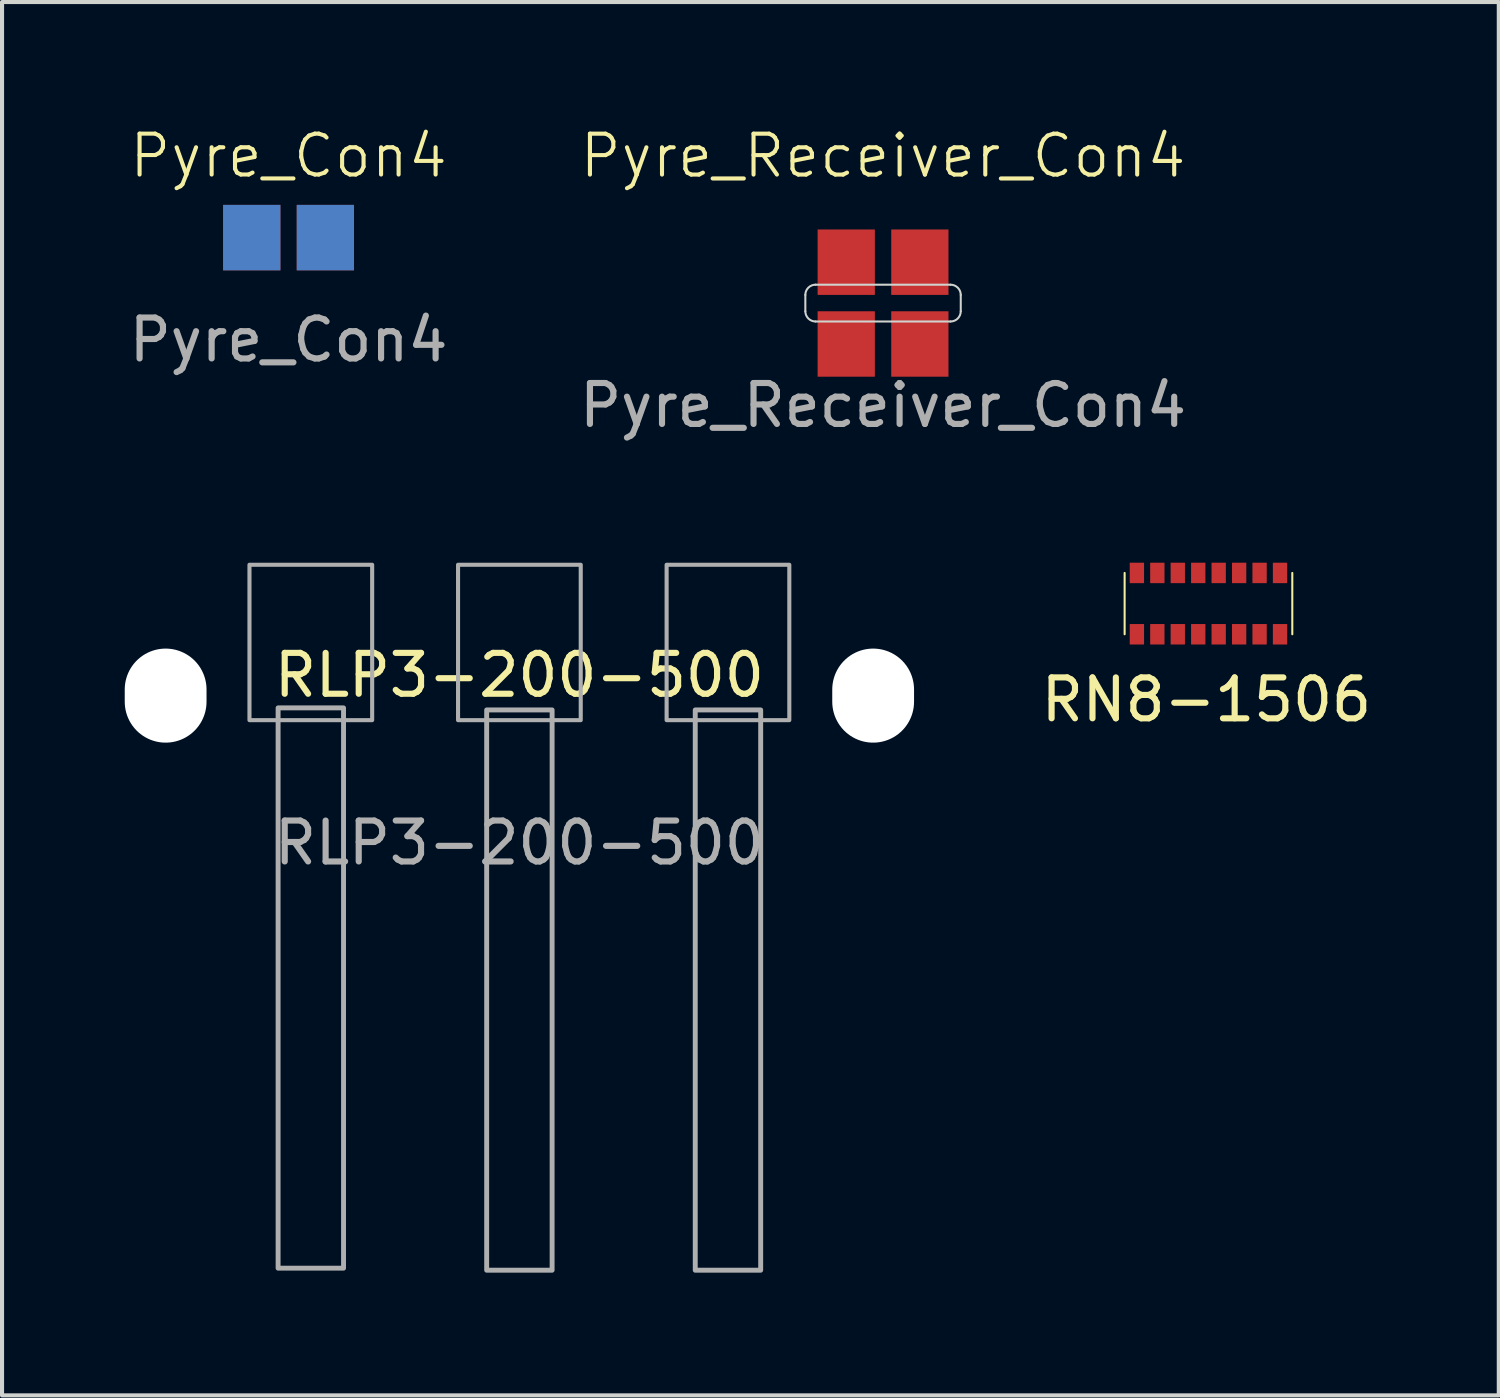
<source format=kicad_pcb>
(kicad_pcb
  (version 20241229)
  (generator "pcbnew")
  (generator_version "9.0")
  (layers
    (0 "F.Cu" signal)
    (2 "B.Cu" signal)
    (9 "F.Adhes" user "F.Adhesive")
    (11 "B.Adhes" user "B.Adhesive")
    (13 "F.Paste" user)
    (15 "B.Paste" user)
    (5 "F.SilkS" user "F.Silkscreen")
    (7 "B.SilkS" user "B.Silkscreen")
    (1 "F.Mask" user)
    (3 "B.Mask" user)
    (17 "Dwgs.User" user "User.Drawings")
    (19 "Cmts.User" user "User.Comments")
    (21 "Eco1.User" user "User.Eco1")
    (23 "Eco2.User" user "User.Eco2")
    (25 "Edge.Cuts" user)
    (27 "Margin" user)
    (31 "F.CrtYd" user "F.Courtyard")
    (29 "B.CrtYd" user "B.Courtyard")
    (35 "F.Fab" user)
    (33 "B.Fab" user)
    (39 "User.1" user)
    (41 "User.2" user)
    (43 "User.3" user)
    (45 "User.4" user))
  (footprint "Pyre_Con4"
    (layer "F.Cu")
    (at 4.006 2.76)
    (property "Reference" "Pyre_Con4" (at 0 -2 0) (unlocked yes) (layer "F.SilkS") (effects (font (size 1 1) (thickness 0.1))))
    (attr smd)
    (fp_text user "${REFERENCE}" (at 0 2.5 0) (unlocked yes) (layer "F.Fab") (effects (font (size 1 1) (thickness 0.15))))
    (pad "1" connect rect (at -0.9 0) (size 1.4 1.6) (layers "F.Cu" "F.Mask"))
    (pad "2" connect rect (at 0.9 0) (size 1.4 1.6) (layers "F.Cu" "F.Mask"))
    (pad "3" connect rect (at 0.9 0) (size 1.4 1.6) (layers "B.Cu" "B.Mask"))
    (pad "4" connect rect (at -0.9 0) (size 1.4 1.6) (layers "B.Cu" "B.Mask")))
  (footprint "RLP3-200-500"
    (layer "F.Cu")
    (at 9.65 13.959)
    (property "Reference" "RLP3-200-500" (at 0 -0.5 0) (unlocked yes) (layer "F.SilkS") (effects (font (size 1 1) (thickness 0.15))))
    (attr smd)
    (fp_rect (start -6.6 -3.2) (end -3.6 0.6) (stroke (width 0.1) (type solid)) (fill no) (layer "F.Fab"))
    (fp_rect (start -5.9 0.3) (end -4.3 14) (stroke (width 0.12) (type solid)) (fill no) (layer "F.Fab"))
    (fp_rect (start -1.5 -3.2) (end 1.5 0.6) (stroke (width 0.1) (type solid)) (fill no) (layer "F.Fab"))
    (fp_rect (start -0.8 0.35) (end 0.8 14.05) (stroke (width 0.12) (type solid)) (fill no) (layer "F.Fab"))
    (fp_rect (start 3.6 -3.2) (end 6.6 0.6) (stroke (width 0.1) (type solid)) (fill no) (layer "F.Fab"))
    (fp_rect (start 4.3 0.35) (end 5.9 14.05) (stroke (width 0.12) (type solid)) (fill no) (layer "F.Fab"))
    (fp_text user "${REFERENCE}" (at 0 3.6 0) (unlocked yes) (layer "F.Fab") (effects (font (size 1 1) (thickness 0.15))))
    (pad "" np_thru_hole oval (at -8.65 0) (size 2 2.3) (drill oval 2 2.3) (layers "*.Cu" "*.Mask"))
    (pad "" np_thru_hole oval (at 8.65 0) (size 2 2.3) (drill oval 2 2.3) (layers "*.Cu" "*.Mask")))
  (footprint "RN8-1506"
    (layer "F.Cu")
    (at 24.749 12.359)
    (property "Reference" "RN8-1506" (at 1.7 1.7 0) (layer "F.SilkS") (effects (font (size 1 1) (thickness 0.15))))
    (attr through_hole)
    (fp_line (start -0.3 -1.4) (end -0.3 0.1) (stroke (width 0.05) (type solid)) (layer "F.SilkS"))
    (fp_line (start 3.8 -1.4) (end 3.8 0.1) (stroke (width 0.05) (type solid)) (layer "F.SilkS"))
    (pad "1" smd rect (at 0 0) (size 0.35 0.5) (drill (offset 0 0.1)) (layers "F.Cu" "F.Mask" "F.Paste"))
    (pad "2" smd rect (at 0.5 0) (size 0.35 0.5) (drill (offset 0 0.1)) (layers "F.Cu" "F.Mask" "F.Paste"))
    (pad "3" smd rect (at 1 0) (size 0.35 0.5) (drill (offset 0 0.1)) (layers "F.Cu" "F.Mask" "F.Paste"))
    (pad "4" smd rect (at 1.5 0) (size 0.35 0.5) (drill (offset 0 0.1)) (layers "F.Cu" "F.Mask" "F.Paste"))
    (pad "5" smd rect (at 2 0) (size 0.35 0.5) (drill (offset 0 0.1)) (layers "F.Cu" "F.Mask" "F.Paste"))
    (pad "6" smd rect (at 2.5 0) (size 0.35 0.5) (drill (offset 0 0.1)) (layers "F.Cu" "F.Mask" "F.Paste"))
    (pad "7" smd rect (at 3 0) (size 0.35 0.5) (drill (offset 0 0.1)) (layers "F.Cu" "F.Mask" "F.Paste"))
    (pad "8" smd rect (at 3.5 0) (size 0.35 0.5) (drill (offset 0 0.1)) (layers "F.Cu" "F.Mask" "F.Paste"))
    (pad "9" smd rect (at 3.5 -1.3) (size 0.35 0.5) (drill (offset 0 -0.1)) (layers "F.Cu" "F.Mask" "F.Paste"))
    (pad "10" smd rect (at 3 -1.3) (size 0.35 0.5) (drill (offset 0 -0.1)) (layers "F.Cu" "F.Mask" "F.Paste"))
    (pad "11" smd rect (at 2.5 -1.3) (size 0.35 0.5) (drill (offset 0 -0.1)) (layers "F.Cu" "F.Mask" "F.Paste"))
    (pad "12" smd rect (at 2 -1.3) (size 0.35 0.5) (drill (offset 0 -0.1)) (layers "F.Cu" "F.Mask" "F.Paste"))
    (pad "13" smd rect (at 1.5 -1.3) (size 0.35 0.5) (drill (offset 0 -0.1)) (layers "F.Cu" "F.Mask" "F.Paste"))
    (pad "14" smd rect (at 1 -1.3) (size 0.35 0.5) (drill (offset 0 -0.1)) (layers "F.Cu" "F.Mask" "F.Paste"))
    (pad "15" smd rect (at 0.5 -1.3) (size 0.35 0.5) (drill (offset 0 -0.1)) (layers "F.Cu" "F.Mask" "F.Paste"))
    (pad "16" smd rect (at 0 -1.3) (size 0.35 0.5) (drill (offset 0 -0.1)) (layers "F.Cu" "F.Mask" "F.Paste")))
  (footprint "Pyre_Receiver_Con4"
    (layer "F.Cu")
    (at 18.542 4.361)
    (property "Reference" "Pyre_Receiver_Con4" (at 0 -3.6 0) (unlocked yes) (layer "F.SilkS") (effects (font (size 1 1) (thickness 0.1))))
    (attr smd)
    (fp_line (start -1.9 -0.2) (end -1.9 0.2) (stroke (width 0.05) (type default)) (layer "Edge.Cuts"))
    (fp_line (start -1.65 0.45) (end 1.65 0.45) (stroke (width 0.05) (type default)) (layer "Edge.Cuts"))
    (fp_line (start 1.65 -0.45) (end -1.65 -0.45) (stroke (width 0.05) (type default)) (layer "Edge.Cuts"))
    (fp_line (start 1.9 0.2) (end 1.9 -0.2) (stroke (width 0.05) (type solid)) (layer "Edge.Cuts"))
    (fp_arc (start -1.9 -0.2) (mid -1.826777 -0.376777) (end -1.65 -0.45) (stroke (width 0.05) (type default)) (layer "Edge.Cuts"))
    (fp_arc (start -1.65 0.45) (mid -1.826777 0.376777) (end -1.9 0.2) (stroke (width 0.05) (type default)) (layer "Edge.Cuts"))
    (fp_arc (start 1.65 -0.45) (mid 1.826775 -0.376776) (end 1.9 -0.2) (stroke (width 0.05) (type default)) (layer "Edge.Cuts"))
    (fp_arc (start 1.9 0.2) (mid 1.826777 0.376778) (end 1.65 0.45) (stroke (width 0.05) (type default)) (layer "Edge.Cuts"))
    (fp_text user "${REFERENCE}" (at 0 2.5 0) (unlocked yes) (layer "F.Fab") (effects (font (size 1 1) (thickness 0.15))))
    (pad "1" connect rect (at 0.9 1) (size 1.4 1.6) (layers "F.Cu" "F.Mask"))
    (pad "2" connect rect (at -0.9 1) (size 1.4 1.6) (layers "F.Cu" "F.Mask"))
    (pad "3" connect rect (at -0.9 -1) (size 1.4 1.6) (layers "F.Cu" "F.Mask"))
    (pad "4" connect rect (at 0.9 -1) (size 1.4 1.6) (layers "F.Cu" "F.Mask")))
  (gr_rect
    (start -3 -3)
    (end 33.598 31.069)
    (stroke (width 0.1) (type default))
    (fill no)
    (layer "Edge.Cuts")))
</source>
